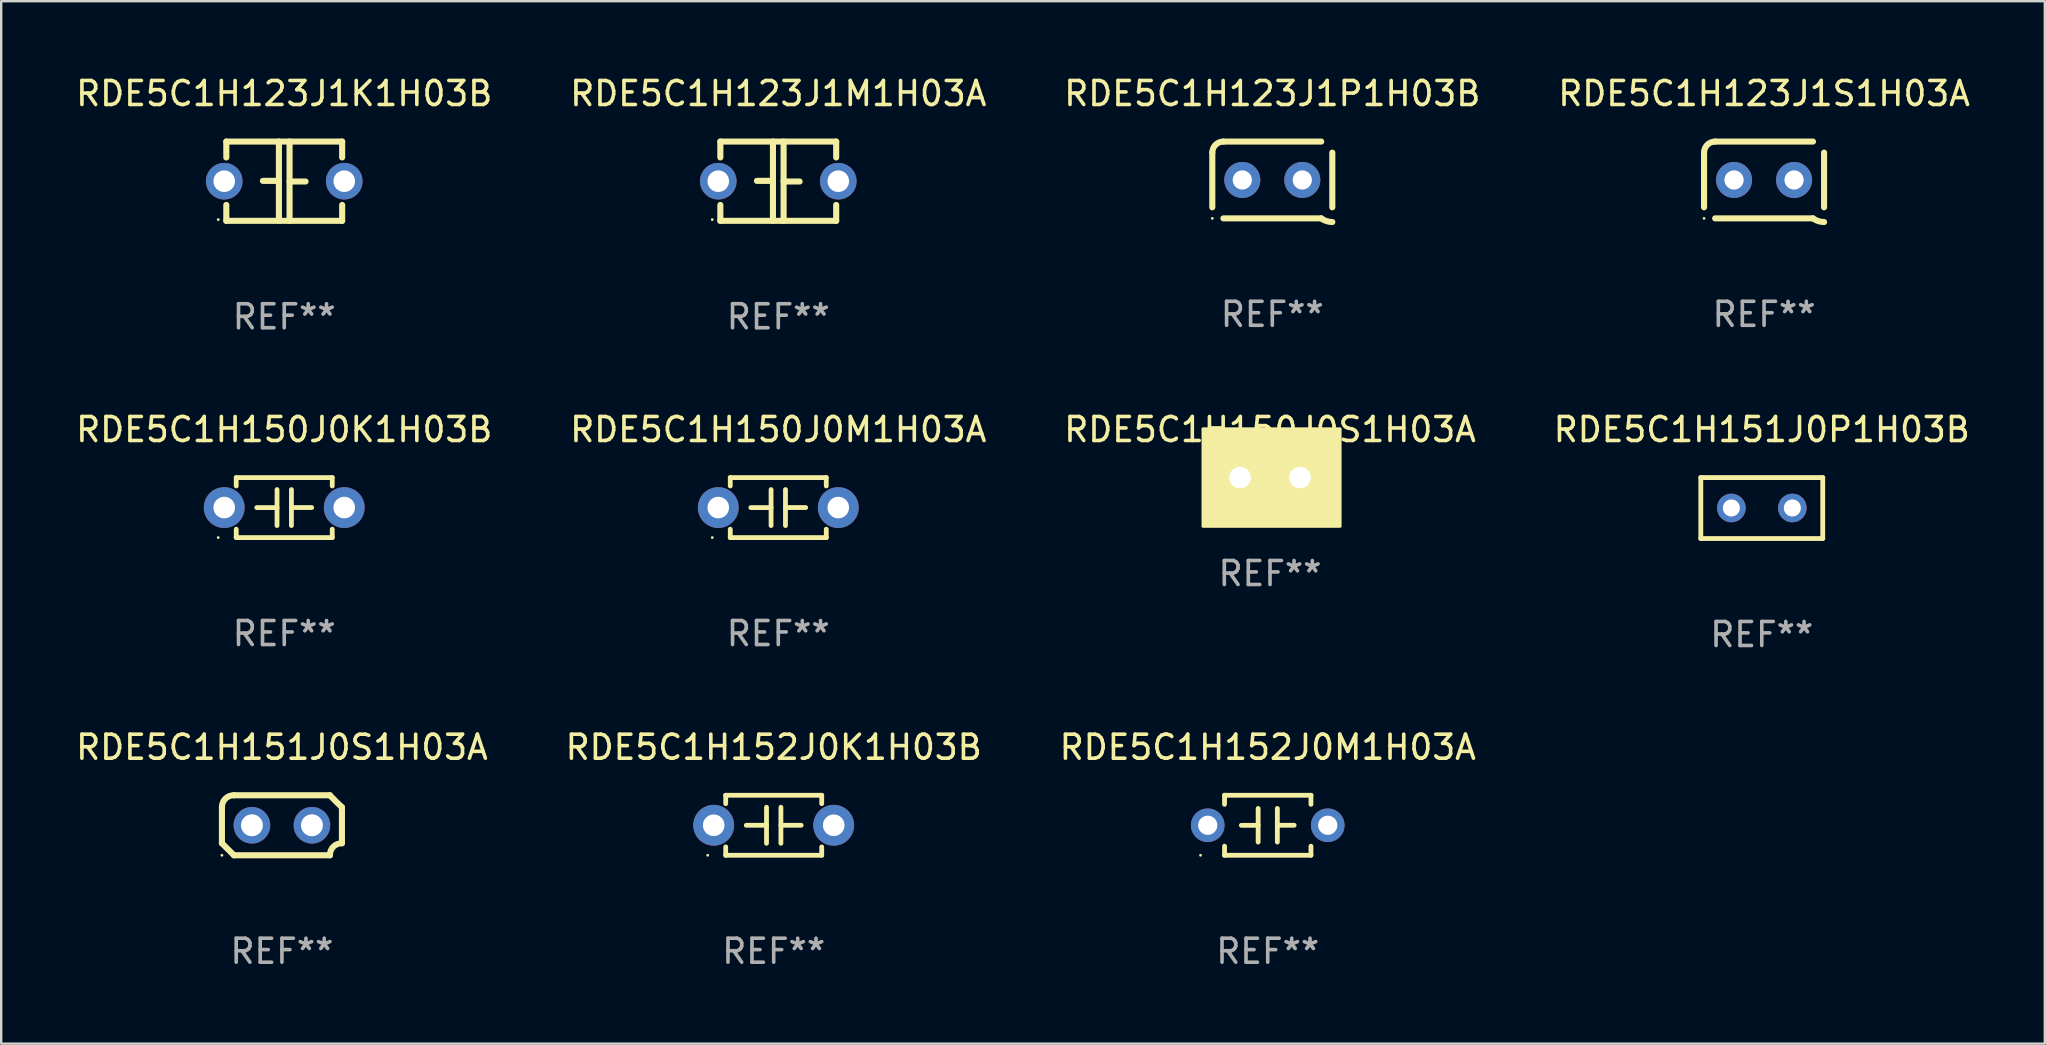
<source format=kicad_pcb>
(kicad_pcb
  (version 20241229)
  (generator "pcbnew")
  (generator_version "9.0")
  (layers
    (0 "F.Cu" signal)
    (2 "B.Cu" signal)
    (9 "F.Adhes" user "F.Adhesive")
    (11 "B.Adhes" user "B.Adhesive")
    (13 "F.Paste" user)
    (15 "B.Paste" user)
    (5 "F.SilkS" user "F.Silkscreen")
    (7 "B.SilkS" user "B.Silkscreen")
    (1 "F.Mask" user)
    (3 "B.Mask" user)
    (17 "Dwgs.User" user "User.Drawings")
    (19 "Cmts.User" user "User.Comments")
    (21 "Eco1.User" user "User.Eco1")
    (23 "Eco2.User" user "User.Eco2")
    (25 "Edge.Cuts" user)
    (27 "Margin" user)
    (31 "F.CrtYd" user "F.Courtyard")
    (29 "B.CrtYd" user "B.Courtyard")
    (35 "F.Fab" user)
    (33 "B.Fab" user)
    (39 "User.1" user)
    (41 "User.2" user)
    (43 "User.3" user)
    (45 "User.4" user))
  (footprint "RDE5C1H151J0P1H03B"
    (layer "F.Cu")
    (at 70.351 18.117)
    (property "Reference" "RDE5C1H151J0P1H03B" (at 0 -3.27 0) (layer "F.SilkS") (effects (font (size 1 1) (thickness 0.15))))
    (attr through_hole)
    (fp_line (start -2.54 -1.27) (end -2.54 1.27) (stroke (width 0.201) (type solid)) (layer "F.SilkS"))
    (fp_line (start -2.54 1.27) (end 2.54 1.27) (stroke (width 0.201) (type solid)) (layer "F.SilkS"))
    (fp_line (start 2.54 -1.27) (end -2.54 -1.27) (stroke (width 0.201) (type solid)) (layer "F.SilkS"))
    (fp_line (start 2.54 1.27) (end 2.54 -1.27) (stroke (width 0.201) (type solid)) (layer "F.SilkS"))
    (fp_circle (center -2.497 1.247) (end -2.467 1.247) (stroke (width 0.06) (type solid)) (fill no) (layer "F.SilkS"))
    (fp_text user "REF**" (at 0 5.27 0) (layer "F.Fab") (effects (font (size 1 1) (thickness 0.15))))
    (pad "1" thru_hole circle (at -1.267 -0.003) (size 1.194 1.194) (drill 0.711) (layers "*.Cu" "*.Mask"))
    (pad "2" thru_hole circle (at 1.273 -0.003) (size 1.194 1.194) (drill 0.711) (layers "*.Cu" "*.Mask")))
  (footprint "RDE5C1H123J1P1H03B"
    (layer "F.Cu")
    (at 49.958 4.448)
    (property "Reference" "RDE5C1H123J1P1H03B" (at 0 -3.6 0) (layer "F.SilkS") (effects (font (size 1 1) (thickness 0.15))))
    (attr through_hole)
    (fp_line (start -2.5 1.138) (end -2.5 -1.138) (stroke (width 0.254) (type solid)) (layer "F.SilkS"))
    (fp_line (start -2.038 1.6) (end 2.038 1.6) (stroke (width 0.254) (type solid)) (layer "F.SilkS"))
    (fp_line (start 2.038 -1.6) (end -2.038 -1.6) (stroke (width 0.254) (type solid)) (layer "F.SilkS"))
    (fp_line (start 2.5 -1.138) (end 2.5 1.138) (stroke (width 0.254) (type solid)) (layer "F.SilkS"))
    (fp_arc (start -2.5 -1.137744) (mid -2.364601 -1.464626) (end -2.037719 -1.600025) (stroke (width 0.254001) (type solid)) (layer "F.SilkS"))
    (fp_arc (start -2.5 1.137719) (mid 2.500022 -1.137741) (end -2.5 1.137719) (stroke (width 0.254001) (type solid)) (layer "F.SilkS"))
    (fp_arc (start 2.5 1.751767) (mid 2.256726 1.712861) (end 2.037719 1.600025) (stroke (width 0.254001) (type solid)) (layer "F.SilkS"))
    (fp_circle (center -2.5 1.6) (end -2.47 1.6) (stroke (width 0.06) (type solid)) (fill no) (layer "F.SilkS"))
    (fp_text user "REF**" (at 0 5.6 0) (layer "F.Fab") (effects (font (size 1 1) (thickness 0.15))))
    (pad "1" thru_hole circle (at -1.25 -0.000076) (size 1.5 1.5) (drill 0.8) (layers "*.Cu" "*.Mask"))
    (pad "2" thru_hole circle (at 1.25 -0.000076) (size 1.5 1.5) (drill 0.8) (layers "*.Cu" "*.Mask")))
  (footprint "RDE5C1H150J0M1H03A"
    (layer "F.Cu")
    (at 29.375 18.097)
    (property "Reference" "RDE5C1H150J0M1H03A" (at 0 -3.25 0) (layer "F.SilkS") (effects (font (size 1 1) (thickness 0.15))))
    (attr through_hole)
    (fp_line (start -2 -1.25) (end -2 -0.901) (stroke (width 0.2) (type solid)) (layer "F.SilkS"))
    (fp_line (start -2 -1.25) (end 2 -1.25) (stroke (width 0.2) (type solid)) (layer "F.SilkS"))
    (fp_line (start -2 0.901) (end -2 1.25) (stroke (width 0.2) (type solid)) (layer "F.SilkS"))
    (fp_line (start -0.3 -0.75) (end -0.3 0.75) (stroke (width 0.2) (type solid)) (layer "F.SilkS"))
    (fp_line (start -0.3 0.001) (end -1.143 0.001) (stroke (width 0.2) (type solid)) (layer "F.SilkS"))
    (fp_line (start 0.3 -0.001) (end 1.143 -0.001) (stroke (width 0.2) (type solid)) (layer "F.SilkS"))
    (fp_line (start 0.3 0.75) (end 0.3 -0.75) (stroke (width 0.2) (type solid)) (layer "F.SilkS"))
    (fp_line (start 2 -1.25) (end 2 -0.901) (stroke (width 0.2) (type solid)) (layer "F.SilkS"))
    (fp_line (start 2 0.901) (end 2 1.25) (stroke (width 0.2) (type solid)) (layer "F.SilkS"))
    (fp_line (start 2 1.25) (end -2 1.25) (stroke (width 0.2) (type solid)) (layer "F.SilkS"))
    (fp_circle (center -2.75 1.25) (end -2.72 1.25) (stroke (width 0.06) (type solid)) (fill no) (layer "F.SilkS"))
    (fp_text user "REF**" (at 0 5.25 0) (layer "F.Fab") (effects (font (size 1 1) (thickness 0.15))))
    (pad "1" thru_hole circle (at -2.5 0) (size 1.7 1.7) (drill 0.9) (layers "*.Cu" "*.Mask"))
    (pad "2" thru_hole circle (at 2.5 0) (size 1.7 1.7) (drill 0.9) (layers "*.Cu" "*.Mask")))
  (footprint "RDE5C1H152J0K1H03B"
    (layer "F.Cu")
    (at 29.185 31.333)
    (property "Reference" "RDE5C1H152J0K1H03B" (at 0 -3.25 0) (layer "F.SilkS") (effects (font (size 1 1) (thickness 0.15))))
    (attr through_hole)
    (fp_line (start -2 -1.25) (end -2 -0.901) (stroke (width 0.2) (type solid)) (layer "F.SilkS"))
    (fp_line (start -2 -1.25) (end 2 -1.25) (stroke (width 0.2) (type solid)) (layer "F.SilkS"))
    (fp_line (start -2 0.901) (end -2 1.25) (stroke (width 0.2) (type solid)) (layer "F.SilkS"))
    (fp_line (start -0.3 -0.75) (end -0.3 0.75) (stroke (width 0.2) (type solid)) (layer "F.SilkS"))
    (fp_line (start -0.3 0.001) (end -1.143 0.001) (stroke (width 0.2) (type solid)) (layer "F.SilkS"))
    (fp_line (start 0.3 -0.001) (end 1.143 -0.001) (stroke (width 0.2) (type solid)) (layer "F.SilkS"))
    (fp_line (start 0.3 0.75) (end 0.3 -0.75) (stroke (width 0.2) (type solid)) (layer "F.SilkS"))
    (fp_line (start 2 -1.25) (end 2 -0.901) (stroke (width 0.2) (type solid)) (layer "F.SilkS"))
    (fp_line (start 2 0.901) (end 2 1.25) (stroke (width 0.2) (type solid)) (layer "F.SilkS"))
    (fp_line (start 2 1.25) (end -2 1.25) (stroke (width 0.2) (type solid)) (layer "F.SilkS"))
    (fp_circle (center -2.75 1.25) (end -2.72 1.25) (stroke (width 0.06) (type solid)) (fill no) (layer "F.SilkS"))
    (fp_text user "REF**" (at 0 5.25 0) (layer "F.Fab") (effects (font (size 1 1) (thickness 0.15))))
    (pad "1" thru_hole circle (at -2.5 0) (size 1.7 1.7) (drill 0.9) (layers "*.Cu" "*.Mask"))
    (pad "2" thru_hole circle (at 2.5 0) (size 1.7 1.7) (drill 0.9) (layers "*.Cu" "*.Mask")))
  (footprint "RDE5C1H150J0K1H03B"
    (layer "F.Cu")
    (at 8.792 18.097)
    (property "Reference" "RDE5C1H150J0K1H03B" (at 0 -3.25 0) (layer "F.SilkS") (effects (font (size 1 1) (thickness 0.15))))
    (attr through_hole)
    (fp_line (start -2 -1.25) (end -2 -0.901) (stroke (width 0.2) (type solid)) (layer "F.SilkS"))
    (fp_line (start -2 -1.25) (end 2 -1.25) (stroke (width 0.2) (type solid)) (layer "F.SilkS"))
    (fp_line (start -2 0.901) (end -2 1.25) (stroke (width 0.2) (type solid)) (layer "F.SilkS"))
    (fp_line (start -0.3 -0.75) (end -0.3 0.75) (stroke (width 0.2) (type solid)) (layer "F.SilkS"))
    (fp_line (start -0.3 0.001) (end -1.143 0.001) (stroke (width 0.2) (type solid)) (layer "F.SilkS"))
    (fp_line (start 0.3 -0.001) (end 1.143 -0.001) (stroke (width 0.2) (type solid)) (layer "F.SilkS"))
    (fp_line (start 0.3 0.75) (end 0.3 -0.75) (stroke (width 0.2) (type solid)) (layer "F.SilkS"))
    (fp_line (start 2 -1.25) (end 2 -0.901) (stroke (width 0.2) (type solid)) (layer "F.SilkS"))
    (fp_line (start 2 0.901) (end 2 1.25) (stroke (width 0.2) (type solid)) (layer "F.SilkS"))
    (fp_line (start 2 1.25) (end -2 1.25) (stroke (width 0.2) (type solid)) (layer "F.SilkS"))
    (fp_circle (center -2.75 1.25) (end -2.72 1.25) (stroke (width 0.06) (type solid)) (fill no) (layer "F.SilkS"))
    (fp_text user "REF**" (at 0 5.25 0) (layer "F.Fab") (effects (font (size 1 1) (thickness 0.15))))
    (pad "1" thru_hole circle (at -2.5 0) (size 1.7 1.7) (drill 0.9) (layers "*.Cu" "*.Mask"))
    (pad "2" thru_hole circle (at 2.5 0) (size 1.7 1.7) (drill 0.9) (layers "*.Cu" "*.Mask")))
  (footprint "RDE5C1H123J1S1H03A"
    (layer "F.Cu")
    (at 70.446 4.448)
    (property "Reference" "RDE5C1H123J1S1H03A" (at 0 -3.6 0) (layer "F.SilkS") (effects (font (size 1 1) (thickness 0.15))))
    (attr through_hole)
    (fp_line (start -2.5 1.138) (end -2.5 -1.138) (stroke (width 0.254) (type solid)) (layer "F.SilkS"))
    (fp_line (start -2.038 1.6) (end 2.038 1.6) (stroke (width 0.254) (type solid)) (layer "F.SilkS"))
    (fp_line (start 2.038 -1.6) (end -2.038 -1.6) (stroke (width 0.254) (type solid)) (layer "F.SilkS"))
    (fp_line (start 2.5 -1.138) (end 2.5 1.138) (stroke (width 0.254) (type solid)) (layer "F.SilkS"))
    (fp_arc (start -2.5 -1.137744) (mid -2.364601 -1.464626) (end -2.037719 -1.600025) (stroke (width 0.254001) (type solid)) (layer "F.SilkS"))
    (fp_arc (start -2.5 1.137719) (mid 2.500022 -1.137741) (end -2.5 1.137719) (stroke (width 0.254001) (type solid)) (layer "F.SilkS"))
    (fp_arc (start 2.5 1.751767) (mid 2.256726 1.712861) (end 2.037719 1.600025) (stroke (width 0.254001) (type solid)) (layer "F.SilkS"))
    (fp_circle (center -2.5 1.6) (end -2.47 1.6) (stroke (width 0.06) (type solid)) (fill no) (layer "F.SilkS"))
    (fp_text user "REF**" (at 0 5.6 0) (layer "F.Fab") (effects (font (size 1 1) (thickness 0.15))))
    (pad "1" thru_hole circle (at -1.25 -0.000076) (size 1.5 1.5) (drill 0.8) (layers "*.Cu" "*.Mask"))
    (pad "2" thru_hole circle (at 1.25 -0.000076) (size 1.5 1.5) (drill 0.8) (layers "*.Cu" "*.Mask")))
  (footprint "RDE5C1H152J0M1H03A"
    (layer "F.Cu")
    (at 49.768 31.333)
    (property "Reference" "RDE5C1H152J0M1H03A" (at 0 -3.25 0) (layer "F.SilkS") (effects (font (size 1 1) (thickness 0.15))))
    (attr through_hole)
    (fp_line (start -1.8 -1.25) (end -1.8 -0.872) (stroke (width 0.2) (type solid)) (layer "F.SilkS"))
    (fp_line (start -1.8 -1.25) (end 1.8 -1.25) (stroke (width 0.2) (type solid)) (layer "F.SilkS"))
    (fp_line (start -1.8 0.872) (end -1.8 1.25) (stroke (width 0.2) (type solid)) (layer "F.SilkS"))
    (fp_line (start -1.8 1.25) (end 1.8 1.25) (stroke (width 0.2) (type solid)) (layer "F.SilkS"))
    (fp_line (start -0.4 -0.7) (end -0.4 0.7) (stroke (width 0.2) (type solid)) (layer "F.SilkS"))
    (fp_line (start -0.4 0.002) (end -1.1 0.002) (stroke (width 0.2) (type solid)) (layer "F.SilkS"))
    (fp_line (start 0.4 -0.001) (end 1.1 -0.001) (stroke (width 0.2) (type solid)) (layer "F.SilkS"))
    (fp_line (start 0.4 0.7) (end 0.4 -0.7) (stroke (width 0.2) (type solid)) (layer "F.SilkS"))
    (fp_line (start 1.8 -1.25) (end 1.8 -0.872) (stroke (width 0.2) (type solid)) (layer "F.SilkS"))
    (fp_line (start 1.8 0.872) (end 1.8 1.25) (stroke (width 0.2) (type solid)) (layer "F.SilkS"))
    (fp_circle (center -2.8 1.25) (end -2.77 1.25) (stroke (width 0.06) (type solid)) (fill no) (layer "F.SilkS"))
    (fp_text user "REF**" (at 0 5.25 0) (layer "F.Fab") (effects (font (size 1 1) (thickness 0.15))))
    (pad "1" thru_hole circle (at -2.5 0) (size 1.4 1.4) (drill 0.8) (layers "*.Cu" "*.Mask"))
    (pad "2" thru_hole circle (at 2.5 0) (size 1.4 1.4) (drill 0.8) (layers "*.Cu" "*.Mask")))
  (footprint "RDE5C1H123J1M1H03A"
    (layer "F.Cu")
    (at 29.375 4.499)
    (property "Reference" "RDE5C1H123J1M1H03A" (at 0 -3.651 0) (layer "F.SilkS") (effects (font (size 1 1) (thickness 0.15))))
    (attr through_hole)
    (fp_line (start -2.413 -1.651) (end 2.413 -1.651) (stroke (width 0.254) (type solid)) (layer "F.SilkS"))
    (fp_line (start -2.413 -0.989) (end -2.413 -1.651) (stroke (width 0.254) (type solid)) (layer "F.SilkS"))
    (fp_line (start -2.413 1.651) (end -2.413 0.989) (stroke (width 0.254) (type solid)) (layer "F.SilkS"))
    (fp_line (start -0.222 -0.013) (end -0.889 -0.013) (stroke (width 0.254) (type solid)) (layer "F.SilkS"))
    (fp_line (start -0.222 1.651) (end -0.222 -1.651) (stroke (width 0.254) (type solid)) (layer "F.SilkS"))
    (fp_line (start 0.222 -1.651) (end 0.222 1.651) (stroke (width 0.254) (type solid)) (layer "F.SilkS"))
    (fp_line (start 0.222 0.013) (end 0.889 0.013) (stroke (width 0.254) (type solid)) (layer "F.SilkS"))
    (fp_line (start 2.413 -1.651) (end 2.413 -0.989) (stroke (width 0.254) (type solid)) (layer "F.SilkS"))
    (fp_line (start 2.413 0.989) (end 2.413 1.651) (stroke (width 0.254) (type solid)) (layer "F.SilkS"))
    (fp_line (start 2.413 1.651) (end -2.413 1.651) (stroke (width 0.254) (type solid)) (layer "F.SilkS"))
    (fp_circle (center -2.75 1.6) (end -2.72 1.6) (stroke (width 0.06) (type solid)) (fill no) (layer "F.SilkS"))
    (fp_text user "REF**" (at 0 5.651 0) (layer "F.Fab") (effects (font (size 1 1) (thickness 0.15))))
    (pad "1" thru_hole circle (at -2.5 0) (size 1.524 1.524) (drill 0.9) (layers "*.Cu" "*.Mask"))
    (pad "2" thru_hole circle (at 2.5 0) (size 1.524 1.524) (drill 0.9) (layers "*.Cu" "*.Mask")))
  (footprint "RDE5C1H151J0S1H03A"
    (layer "F.Cu")
    (at 8.696 31.333)
    (property "Reference" "RDE5C1H151J0S1H03A" (at 0 -3.25 0) (layer "F.SilkS") (effects (font (size 1 1) (thickness 0.15))))
    (attr through_hole)
    (fp_line (start -2.5 -0.75) (end -2.5 0.75) (stroke (width 0.254) (type solid)) (layer "F.SilkS"))
    (fp_line (start -2 -1.25) (end 2 -1.25) (stroke (width 0.254) (type solid)) (layer "F.SilkS"))
    (fp_line (start 2 1.25) (end -2 1.25) (stroke (width 0.254) (type solid)) (layer "F.SilkS"))
    (fp_line (start 2.5 0.75) (end 2.5 -0.75) (stroke (width 0.254) (type solid)) (layer "F.SilkS"))
    (fp_arc (start -2.5 0.749962) (mid -2.249559 0.999558) (end -1.99929 1.249325) (stroke (width 0.254001) (type solid)) (layer "F.SilkS"))
    (fp_arc (start -2.499366 -0.749302) (mid -2.356411 -1.106098) (end -2 -1.250013) (stroke (width 0.254001) (type solid)) (layer "F.SilkS"))
    (fp_arc (start 2 1.250013) (mid 2.142747 0.89301) (end 2.499364 0.749302) (stroke (width 0.254001) (type solid)) (layer "F.SilkS"))
    (fp_arc (start 2.5 -0.749962) (mid 2.245609 -0.995598) (end 1.999289 -1.249327) (stroke (width 0.254001) (type solid)) (layer "F.SilkS"))
    (fp_circle (center -2.5 1.25) (end -2.47 1.25) (stroke (width 0.06) (type solid)) (fill no) (layer "F.SilkS"))
    (fp_text user "REF**" (at 0 5.25 0) (layer "F.Fab") (effects (font (size 1 1) (thickness 0.15))))
    (pad "1" thru_hole circle (at -1.25 0) (size 1.524 1.524) (drill 0.914) (layers "*.Cu" "*.Mask"))
    (pad "2" thru_hole circle (at 1.25 0) (size 1.524 1.524) (drill 0.914) (layers "*.Cu" "*.Mask")))
  (footprint "RDE5C1H150J0S1H03A"
    (layer "F.Cu")
    (at 49.863 16.847)
    (property "Reference" "RDE5C1H150J0S1H03A" (at 0 -2 0) (layer "F.SilkS") (effects (font (size 1 1) (thickness 0.15))))
    (attr through_hole)
    (fp_circle (center -2.5 1.75) (end -2.47 1.75) (stroke (width 0.06) (type solid)) (fill no) (layer "F.SilkS"))
    (fp_poly (pts (xy -2.794 -2.032) (xy 2.921 -2.032) (xy 2.921 2.032) (xy -2.794 2.032)) (stroke (width 0.12) (type solid)) (fill yes) (layer "F.SilkS"))
    (fp_text user "REF**" (at 0 4 0) (layer "F.Fab") (effects (font (size 1 1) (thickness 0.15))))
    (pad "1" thru_hole circle (at -1.25 0) (size 1.5 1.5) (drill 0.9) (layers "*.Cu" "*.Mask"))
    (pad "2" thru_hole circle (at 1.25 0) (size 1.5 1.5) (drill 0.9) (layers "*.Cu" "*.Mask")))
  (footprint "RDE5C1H123J1K1H03B"
    (layer "F.Cu")
    (at 8.792 4.499)
    (property "Reference" "RDE5C1H123J1K1H03B" (at 0 -3.651 0) (layer "F.SilkS") (effects (font (size 1 1) (thickness 0.15))))
    (attr through_hole)
    (fp_line (start -2.413 -1.651) (end 2.413 -1.651) (stroke (width 0.254) (type solid)) (layer "F.SilkS"))
    (fp_line (start -2.413 -0.989) (end -2.413 -1.651) (stroke (width 0.254) (type solid)) (layer "F.SilkS"))
    (fp_line (start -2.413 1.651) (end -2.413 0.989) (stroke (width 0.254) (type solid)) (layer "F.SilkS"))
    (fp_line (start -0.222 -0.013) (end -0.889 -0.013) (stroke (width 0.254) (type solid)) (layer "F.SilkS"))
    (fp_line (start -0.222 1.651) (end -0.222 -1.651) (stroke (width 0.254) (type solid)) (layer "F.SilkS"))
    (fp_line (start 0.222 -1.651) (end 0.222 1.651) (stroke (width 0.254) (type solid)) (layer "F.SilkS"))
    (fp_line (start 0.222 0.013) (end 0.889 0.013) (stroke (width 0.254) (type solid)) (layer "F.SilkS"))
    (fp_line (start 2.413 -1.651) (end 2.413 -0.989) (stroke (width 0.254) (type solid)) (layer "F.SilkS"))
    (fp_line (start 2.413 0.989) (end 2.413 1.651) (stroke (width 0.254) (type solid)) (layer "F.SilkS"))
    (fp_line (start 2.413 1.651) (end -2.413 1.651) (stroke (width 0.254) (type solid)) (layer "F.SilkS"))
    (fp_circle (center -2.75 1.6) (end -2.72 1.6) (stroke (width 0.06) (type solid)) (fill no) (layer "F.SilkS"))
    (fp_text user "REF**" (at 0 5.651 0) (layer "F.Fab") (effects (font (size 1 1) (thickness 0.15))))
    (pad "1" thru_hole circle (at -2.5 0) (size 1.524 1.524) (drill 0.9) (layers "*.Cu" "*.Mask"))
    (pad "2" thru_hole circle (at 2.5 0) (size 1.524 1.524) (drill 0.9) (layers "*.Cu" "*.Mask")))
  (gr_rect
    (start -3 -3)
    (end 82.143 40.432)
    (stroke (width 0.1) (type default))
    (fill no)
    (layer "Edge.Cuts")))
</source>
